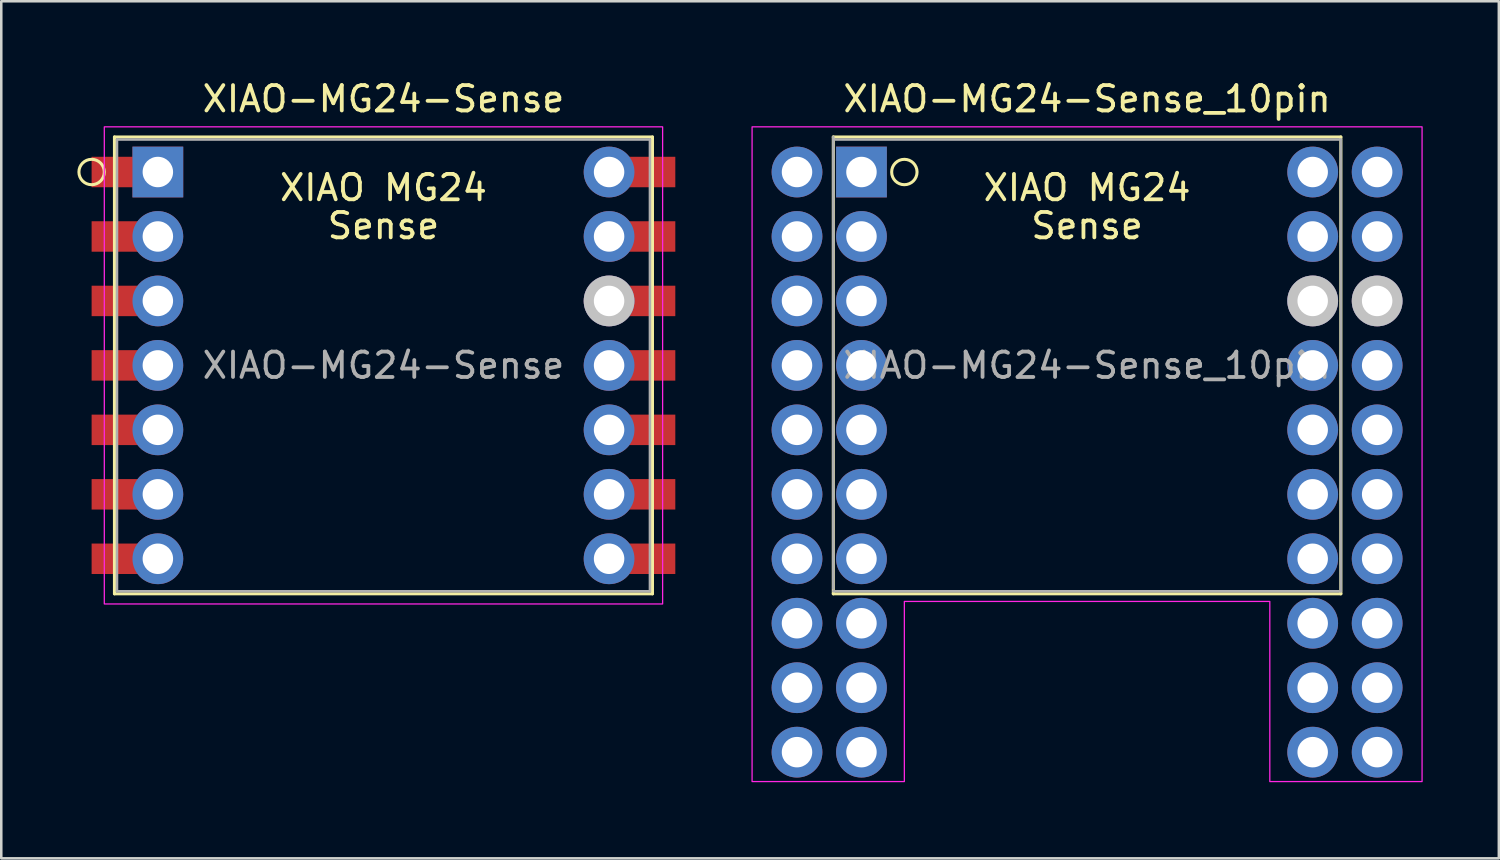
<source format=kicad_pcb>
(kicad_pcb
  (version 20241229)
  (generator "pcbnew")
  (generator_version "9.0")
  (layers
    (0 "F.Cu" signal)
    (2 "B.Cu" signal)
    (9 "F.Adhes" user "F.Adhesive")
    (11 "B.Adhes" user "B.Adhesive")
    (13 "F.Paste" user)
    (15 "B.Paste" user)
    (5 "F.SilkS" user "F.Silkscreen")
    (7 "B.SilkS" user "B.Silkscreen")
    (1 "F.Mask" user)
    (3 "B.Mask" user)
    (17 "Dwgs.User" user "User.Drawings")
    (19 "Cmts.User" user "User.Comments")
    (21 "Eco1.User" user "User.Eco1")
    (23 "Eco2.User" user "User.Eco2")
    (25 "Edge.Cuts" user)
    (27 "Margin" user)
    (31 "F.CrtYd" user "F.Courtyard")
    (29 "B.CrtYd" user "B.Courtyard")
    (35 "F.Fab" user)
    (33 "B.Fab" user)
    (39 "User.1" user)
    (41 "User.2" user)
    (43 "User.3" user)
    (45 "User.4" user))
  (footprint "XIAO-MG24-Sense"
    (layer "F.Cu")
    (at 12.06 11.348)
    (property "Reference" "XIAO-MG24-Sense" (at 0 -10.5 0) (layer "F.SilkS") (effects (font (size 1 1) (thickness 0.15))))
    (attr through_hole)
    (fp_line (start -10.6 -9) (end -10.6 9) (stroke (width 0.12) (type solid)) (layer "F.SilkS"))
    (fp_line (start -10.6 9) (end 10.6 9) (stroke (width 0.12) (type solid)) (layer "F.SilkS"))
    (fp_line (start 10.6 -9) (end -10.6 -9) (stroke (width 0.12) (type solid)) (layer "F.SilkS"))
    (fp_line (start 10.6 9) (end 10.6 -9) (stroke (width 0.12) (type solid)) (layer "F.SilkS"))
    (fp_circle (center -11.5 -7.62) (end -11 -7.62) (stroke (width 0.12) (type solid)) (fill no) (layer "F.SilkS"))
    (fp_rect (start -11 -9.4) (end 11 9.4) (stroke (width 0.05) (type solid)) (fill no) (layer "F.CrtYd"))
    (fp_line (start -10.5 -8.9) (end -10.5 8.9) (stroke (width 0.1) (type solid)) (layer "F.Fab"))
    (fp_line (start -10.5 8.9) (end 10.5 8.9) (stroke (width 0.1) (type solid)) (layer "F.Fab"))
    (fp_line (start 10.5 -8.9) (end -10.5 -8.9) (stroke (width 0.1) (type solid)) (layer "F.Fab"))
    (fp_line (start 10.5 8.9) (end 10.5 -8.9) (stroke (width 0.1) (type solid)) (layer "F.Fab"))
    (fp_text user "Sense" (at 0 -5.5 0) (layer "F.SilkS") (effects (font (size 1 1) (thickness 0.15))))
    (fp_text user "XIAO MG24" (at 0 -7 0) (layer "F.SilkS") (effects (font (size 1 1) (thickness 0.15))))
    (fp_text user "${REFERENCE}" (at 0 0 0) (layer "F.Fab") (effects (font (size 1 1) (thickness 0.15))))
    (pad "1" smd rect (at -10.5 -7.62) (size 2 1.2) (layers "F.Cu" "F.Mask" "F.Paste"))
    (pad "1" thru_hole rect (at -8.89 -7.62) (size 2 2) (drill 1.2) (layers "*.Cu" "*.Mask"))
    (pad "2" smd rect (at -10.5 -5.08) (size 2 1.2) (layers "F.Cu" "F.Mask" "F.Paste"))
    (pad "2" thru_hole circle (at -8.89 -5.08) (size 2 2) (drill 1.2) (layers "*.Cu" "*.Mask"))
    (pad "3" smd rect (at -10.5 -2.54) (size 2 1.2) (layers "F.Cu" "F.Mask" "F.Paste"))
    (pad "3" thru_hole circle (at -8.89 -2.54) (size 2 2) (drill 1.2) (layers "*.Cu" "*.Mask"))
    (pad "4" smd rect (at -10.5 0) (size 2 1.2) (layers "F.Cu" "F.Mask" "F.Paste"))
    (pad "4" thru_hole circle (at -8.89 0) (size 2 2) (drill 1.2) (layers "*.Cu" "*.Mask"))
    (pad "5" smd rect (at -10.5 2.54) (size 2 1.2) (layers "F.Cu" "F.Mask" "F.Paste"))
    (pad "5" thru_hole circle (at -8.89 2.54) (size 2 2) (drill 1.2) (layers "*.Cu" "*.Mask"))
    (pad "6" smd rect (at -10.5 5.08) (size 2 1.2) (layers "F.Cu" "F.Mask" "F.Paste"))
    (pad "6" thru_hole circle (at -8.89 5.08) (size 2 2) (drill 1.2) (layers "*.Cu" "*.Mask"))
    (pad "7" smd rect (at -10.5 7.62) (size 2 1.2) (layers "F.Cu" "F.Mask" "F.Paste"))
    (pad "7" thru_hole circle (at -8.89 7.62) (size 2 2) (drill 1.2) (layers "*.Cu" "*.Mask"))
    (pad "8" thru_hole circle (at 8.89 7.62) (size 2 2) (drill 1.2) (layers "*.Cu" "*.Mask"))
    (pad "8" smd rect (at 10.5 7.62) (size 2 1.2) (layers "F.Cu" "F.Mask" "F.Paste"))
    (pad "9" thru_hole circle (at 8.89 5.08) (size 2 2) (drill 1.2) (layers "*.Cu" "*.Mask"))
    (pad "9" smd rect (at 10.5 5.08) (size 2 1.2) (layers "F.Cu" "F.Mask" "F.Paste"))
    (pad "10" thru_hole circle (at 8.89 2.54) (size 2 2) (drill 1.2) (layers "*.Cu" "*.Mask"))
    (pad "10" smd rect (at 10.5 2.54) (size 2 1.2) (layers "F.Cu" "F.Mask" "F.Paste"))
    (pad "11" thru_hole circle (at 8.89 0) (size 2 2) (drill 1.2) (layers "*.Cu" "*.Mask"))
    (pad "11" smd rect (at 10.5 0) (size 2 1.2) (layers "F.Cu" "F.Mask" "F.Paste"))
    (pad "12" thru_hole circle (at 8.89 -2.54) (size 2 2) (drill 1.2) (layers "*.Cu" "*.Mask" "Dwgs.User"))
    (pad "12" smd rect (at 10.5 -2.54) (size 2 1.2) (layers "F.Cu" "F.Mask" "F.Paste"))
    (pad "13" thru_hole circle (at 8.89 -5.08) (size 2 2) (drill 1.2) (layers "*.Cu" "*.Mask"))
    (pad "13" smd rect (at 10.5 -5.08) (size 2 1.2) (layers "F.Cu" "F.Mask" "F.Paste"))
    (pad "14" thru_hole circle (at 8.89 -7.62) (size 2 2) (drill 1.2) (layers "*.Cu" "*.Mask"))
    (pad "14" smd rect (at 10.5 -7.62) (size 2 1.2) (layers "F.Cu" "F.Mask" "F.Paste")))
  (footprint "XIAO-MG24-Sense_10pin"
    (layer "F.Cu")
    (at 39.785 11.348)
    (property "Reference" "XIAO-MG24-Sense_10pin" (at 0 -10.5 0) (layer "F.SilkS") (effects (font (size 1 1) (thickness 0.15))))
    (attr through_hole)
    (fp_line (start -10 -9) (end -10 9) (stroke (width 0.12) (type solid)) (layer "F.SilkS"))
    (fp_line (start -10 9) (end 10 9) (stroke (width 0.12) (type solid)) (layer "F.SilkS"))
    (fp_line (start 10 -9) (end -10 -9) (stroke (width 0.12) (type solid)) (layer "F.SilkS"))
    (fp_line (start 10 9) (end 10 -9) (stroke (width 0.12) (type solid)) (layer "F.SilkS"))
    (fp_circle (center -7.2 -7.62) (end -6.7 -7.62) (stroke (width 0.12) (type solid)) (fill no) (layer "F.SilkS"))
    (fp_poly (pts (xy -13.2 16.4) (xy -13.2 -9.4) (xy 13.2 -9.4) (xy 13.2 16.4) (xy 7.2 16.4) (xy 7.2 9.3) (xy -7.2 9.3) (xy -7.2 16.4)) (stroke (width 0.05) (type solid)) (fill no) (layer "F.CrtYd"))
    (fp_line (start -10 -9) (end -10 8.8) (stroke (width 0.1) (type solid)) (layer "F.Fab"))
    (fp_line (start -10 8.9) (end 10 8.9) (stroke (width 0.1) (type solid)) (layer "F.Fab"))
    (fp_line (start 10 -8.9) (end -10 -8.9) (stroke (width 0.1) (type solid)) (layer "F.Fab"))
    (fp_line (start 10 8.9) (end 10 -8.9) (stroke (width 0.1) (type solid)) (layer "F.Fab"))
    (fp_text user "Sense" (at 0 -5.5 0) (layer "F.SilkS") (effects (font (size 1 1) (thickness 0.15))))
    (fp_text user "XIAO MG24" (at 0 -7 0) (layer "F.SilkS") (effects (font (size 1 1) (thickness 0.15))))
    (fp_text user "${REFERENCE}" (at 0 0 0) (layer "F.Fab") (effects (font (size 1 1) (thickness 0.15))))
    (pad "" thru_hole circle (at -11.43 10.16) (size 2 2) (drill 1.2) (layers "*.Cu" "*.Mask"))
    (pad "" thru_hole circle (at -11.43 12.7) (size 2 2) (drill 1.2) (layers "*.Cu" "*.Mask"))
    (pad "" thru_hole circle (at -11.43 15.24) (size 2 2) (drill 1.2) (layers "*.Cu" "*.Mask"))
    (pad "" thru_hole circle (at -8.89 10.16) (size 2 2) (drill 1.2) (layers "*.Cu" "*.Mask"))
    (pad "" thru_hole circle (at -8.89 12.7) (size 2 2) (drill 1.2) (layers "*.Cu" "*.Mask"))
    (pad "" thru_hole circle (at -8.89 15.24) (size 2 2) (drill 1.2) (layers "*.Cu" "*.Mask"))
    (pad "" thru_hole circle (at 8.89 10.16) (size 2 2) (drill 1.2) (layers "*.Cu" "*.Mask"))
    (pad "" thru_hole circle (at 8.89 12.7) (size 2 2) (drill 1.2) (layers "*.Cu" "*.Mask"))
    (pad "" thru_hole circle (at 8.89 15.24) (size 2 2) (drill 1.2) (layers "*.Cu" "*.Mask"))
    (pad "" thru_hole circle (at 11.43 10.16) (size 2 2) (drill 1.2) (layers "*.Cu" "*.Mask"))
    (pad "" thru_hole circle (at 11.43 12.7) (size 2 2) (drill 1.2) (layers "*.Cu" "*.Mask"))
    (pad "" thru_hole circle (at 11.43 15.24) (size 2 2) (drill 1.2) (layers "*.Cu" "*.Mask"))
    (pad "1" thru_hole circle (at -11.43 -7.62) (size 2 2) (drill 1.2) (layers "*.Cu" "*.Mask"))
    (pad "1" thru_hole rect (at -8.89 -7.62) (size 2 2) (drill 1.2) (layers "*.Cu" "*.Mask"))
    (pad "2" thru_hole circle (at -11.43 -5.08) (size 2 2) (drill 1.2) (layers "*.Cu" "*.Mask"))
    (pad "2" thru_hole circle (at -8.89 -5.08) (size 2 2) (drill 1.2) (layers "*.Cu" "*.Mask"))
    (pad "3" thru_hole circle (at -11.43 -2.54) (size 2 2) (drill 1.2) (layers "*.Cu" "*.Mask"))
    (pad "3" thru_hole circle (at -8.89 -2.54) (size 2 2) (drill 1.2) (layers "*.Cu" "*.Mask"))
    (pad "4" thru_hole circle (at -11.43 0) (size 2 2) (drill 1.2) (layers "*.Cu" "*.Mask"))
    (pad "4" thru_hole circle (at -8.89 0) (size 2 2) (drill 1.2) (layers "*.Cu" "*.Mask"))
    (pad "5" thru_hole circle (at -11.43 2.54) (size 2 2) (drill 1.2) (layers "*.Cu" "*.Mask"))
    (pad "5" thru_hole circle (at -8.89 2.54) (size 2 2) (drill 1.2) (layers "*.Cu" "*.Mask"))
    (pad "6" thru_hole circle (at -11.43 5.08) (size 2 2) (drill 1.2) (layers "*.Cu" "*.Mask"))
    (pad "6" thru_hole circle (at -8.89 5.08) (size 2 2) (drill 1.2) (layers "*.Cu" "*.Mask"))
    (pad "7" thru_hole circle (at -11.43 7.62) (size 2 2) (drill 1.2) (layers "*.Cu" "*.Mask"))
    (pad "7" thru_hole circle (at -8.89 7.62) (size 2 2) (drill 1.2) (layers "*.Cu" "*.Mask"))
    (pad "8" thru_hole circle (at 8.89 7.62) (size 2 2) (drill 1.2) (layers "*.Cu" "*.Mask"))
    (pad "8" thru_hole circle (at 11.43 7.62) (size 2 2) (drill 1.2) (layers "*.Cu" "*.Mask"))
    (pad "9" thru_hole circle (at 8.89 5.08) (size 2 2) (drill 1.2) (layers "*.Cu" "*.Mask"))
    (pad "9" thru_hole circle (at 11.43 5.08) (size 2 2) (drill 1.2) (layers "*.Cu" "*.Mask"))
    (pad "10" thru_hole circle (at 8.89 2.54) (size 2 2) (drill 1.2) (layers "*.Cu" "*.Mask"))
    (pad "10" thru_hole circle (at 11.43 2.54) (size 2 2) (drill 1.2) (layers "*.Cu" "*.Mask"))
    (pad "11" thru_hole circle (at 8.89 0) (size 2 2) (drill 1.2) (layers "*.Cu" "*.Mask"))
    (pad "11" thru_hole circle (at 11.43 0) (size 2 2) (drill 1.2) (layers "*.Cu" "*.Mask"))
    (pad "12" thru_hole circle (at 8.89 -2.54) (size 2 2) (drill 1.2) (layers "*.Cu" "*.Mask" "Dwgs.User"))
    (pad "12" thru_hole circle (at 11.43 -2.54) (size 2 2) (drill 1.2) (layers "*.Cu" "*.Mask" "Dwgs.User"))
    (pad "13" thru_hole circle (at 8.89 -5.08) (size 2 2) (drill 1.2) (layers "*.Cu" "*.Mask"))
    (pad "13" thru_hole circle (at 11.43 -5.08) (size 2 2) (drill 1.2) (layers "*.Cu" "*.Mask"))
    (pad "14" thru_hole circle (at 8.89 -7.62) (size 2 2) (drill 1.2) (layers "*.Cu" "*.Mask"))
    (pad "14" thru_hole circle (at 11.43 -7.62) (size 2 2) (drill 1.2) (layers "*.Cu" "*.Mask")))
  (gr_rect
    (start -3 -3)
    (end 56.01 30.773)
    (stroke (width 0.1) (type default))
    (fill no)
    (layer "Edge.Cuts")))
</source>
